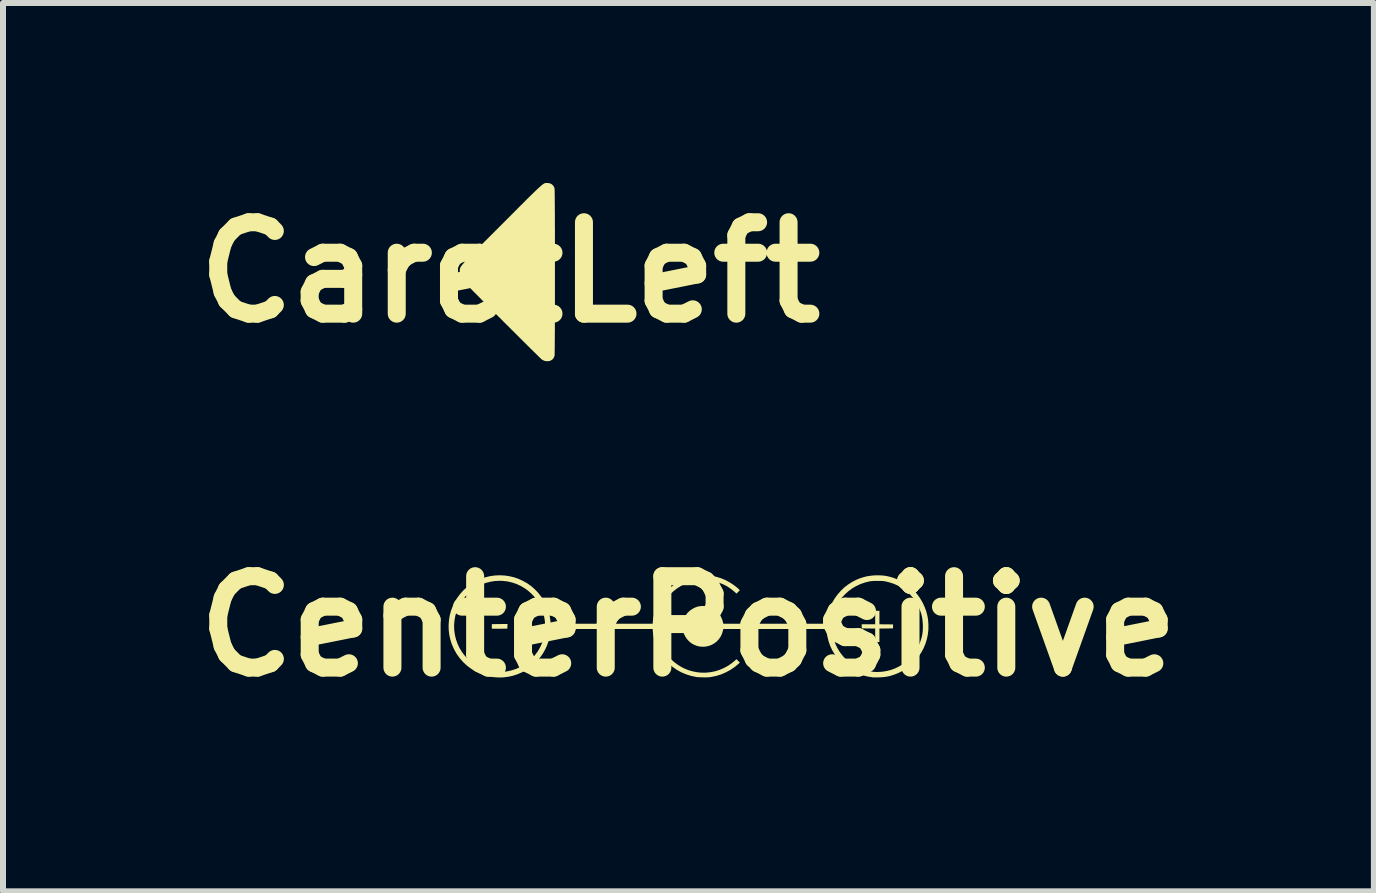
<source format=kicad_pcb>
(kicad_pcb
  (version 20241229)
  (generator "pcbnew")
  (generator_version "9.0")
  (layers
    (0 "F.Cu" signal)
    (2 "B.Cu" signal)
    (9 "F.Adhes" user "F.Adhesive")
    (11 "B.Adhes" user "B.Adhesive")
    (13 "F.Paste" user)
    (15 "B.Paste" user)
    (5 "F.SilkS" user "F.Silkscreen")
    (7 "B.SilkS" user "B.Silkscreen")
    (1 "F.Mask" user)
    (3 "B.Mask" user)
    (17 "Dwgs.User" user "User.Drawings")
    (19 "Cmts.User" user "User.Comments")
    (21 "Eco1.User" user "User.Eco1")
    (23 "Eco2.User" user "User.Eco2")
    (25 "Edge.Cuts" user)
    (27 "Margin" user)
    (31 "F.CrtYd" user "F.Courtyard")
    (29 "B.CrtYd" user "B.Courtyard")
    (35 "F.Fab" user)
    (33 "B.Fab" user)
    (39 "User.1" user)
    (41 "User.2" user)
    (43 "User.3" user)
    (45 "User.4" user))
  (footprint "CenterPositive"
    (layer "F.Cu")
    (at 8.426 7.389)
    (property "Reference" "CenterPositive" (at 0 0 0) (layer "F.SilkS") (effects (font (size 1.524 1.524) (thickness 0.3))))
    (attr board_only exclude_from_pos_files exclude_from_bom)
    (fp_poly (pts (xy -3.018 0.001) (xy -3.019 0.04) (xy -3.147 0.041) (xy -3.184 0.041) (xy -3.214 0.041) (xy -3.237 0.041) (xy -3.254 0.04) (xy -3.265 0.04) (xy -3.273 0.039) (xy -3.276 0.037) (xy -3.277 0.036) (xy -3.278 0.029) (xy -3.279 0.017) (xy -3.278 0.001) (xy -3.278 -0.002) (xy -3.277 -0.035) (xy -3.147 -0.037) (xy -3.016 -0.038)) (stroke (width 0) (type solid)) (fill yes) (layer "F.SilkS"))
    (fp_poly (pts (xy 3.183 -0.033) (xy 3.297 -0.032) (xy 3.41 -0.031) (xy 3.41 0.035) (xy 3.297 0.037) (xy 3.183 0.038) (xy 3.183 0.263) (xy 3.151 0.263) (xy 3.135 0.262) (xy 3.123 0.261) (xy 3.116 0.26) (xy 3.115 0.26) (xy 3.115 0.255) (xy 3.114 0.243) (xy 3.113 0.225) (xy 3.113 0.202) (xy 3.113 0.175) (xy 3.112 0.147) (xy 3.112 0.038) (xy 3.001 0.037) (xy 2.89 0.035) (xy 2.888 0.001) (xy 2.887 -0.033) (xy 3.112 -0.033) (xy 3.112 -0.258) (xy 3.183 -0.258)) (stroke (width 0) (type solid)) (fill yes) (layer "F.SilkS"))
    (fp_poly (pts (xy 3.249 -0.845) (xy 3.308 -0.836) (xy 3.367 -0.822) (xy 3.419 -0.806) (xy 3.497 -0.776) (xy 3.57 -0.739) (xy 3.639 -0.696) (xy 3.703 -0.646) (xy 3.762 -0.591) (xy 3.815 -0.53) (xy 3.862 -0.464) (xy 3.903 -0.394) (xy 3.937 -0.321) (xy 3.965 -0.243) (xy 3.985 -0.163) (xy 3.994 -0.107) (xy 4 -0.024) (xy 3.999 0.057) (xy 3.99 0.137) (xy 3.974 0.215) (xy 3.95 0.291) (xy 3.92 0.364) (xy 3.883 0.433) (xy 3.84 0.499) (xy 3.791 0.561) (xy 3.736 0.618) (xy 3.676 0.67) (xy 3.612 0.717) (xy 3.542 0.758) (xy 3.468 0.792) (xy 3.39 0.819) (xy 3.36 0.828) (xy 3.317 0.838) (xy 3.273 0.845) (xy 3.226 0.849) (xy 3.174 0.852) (xy 3.171 0.852) (xy 3.145 0.852) (xy 3.121 0.852) (xy 3.1 0.852) (xy 3.085 0.852) (xy 3.077 0.852) (xy 2.991 0.839) (xy 2.908 0.819) (xy 2.829 0.791) (xy 2.754 0.756) (xy 2.683 0.714) (xy 2.616 0.664) (xy 2.552 0.607) (xy 2.548 0.602) (xy 2.49 0.539) (xy 2.44 0.472) (xy 2.397 0.401) (xy 2.362 0.327) (xy 2.335 0.249) (xy 2.315 0.167) (xy 2.303 0.093) (xy 2.298 0.046) (xy 0.581 0.046) (xy 0.573 0.078) (xy 0.558 0.128) (xy 0.535 0.175) (xy 0.506 0.216) (xy 0.472 0.253) (xy 0.432 0.284) (xy 0.388 0.309) (xy 0.341 0.327) (xy 0.291 0.338) (xy 0.242 0.342) (xy 0.188 0.338) (xy 0.138 0.326) (xy 0.091 0.307) (xy 0.047 0.282) (xy 0.008 0.25) (xy -0.026 0.212) (xy -0.055 0.169) (xy -0.078 0.12) (xy -0.09 0.083) (xy -0.095 0.058) (xy -0.098 0.028) (xy -0.098 0.013) (xy 2.392 0.013) (xy 2.394 0.057) (xy 2.397 0.098) (xy 2.401 0.134) (xy 2.404 0.148) (xy 2.424 0.225) (xy 2.451 0.298) (xy 2.485 0.369) (xy 2.526 0.435) (xy 2.573 0.496) (xy 2.627 0.553) (xy 2.686 0.604) (xy 2.75 0.648) (xy 2.756 0.652) (xy 2.812 0.683) (xy 2.869 0.708) (xy 2.928 0.729) (xy 2.991 0.745) (xy 3.06 0.756) (xy 3.085 0.76) (xy 3.104 0.761) (xy 3.128 0.762) (xy 3.156 0.762) (xy 3.184 0.761) (xy 3.211 0.759) (xy 3.226 0.758) (xy 3.303 0.746) (xy 3.378 0.727) (xy 3.45 0.7) (xy 3.518 0.666) (xy 3.582 0.626) (xy 3.642 0.58) (xy 3.697 0.528) (xy 3.747 0.47) (xy 3.791 0.408) (xy 3.829 0.341) (xy 3.86 0.27) (xy 3.884 0.196) (xy 3.886 0.189) (xy 3.897 0.139) (xy 3.904 0.089) (xy 3.907 0.038) (xy 3.907 -0.017) (xy 3.907 -0.021) (xy 3.902 -0.091) (xy 3.893 -0.157) (xy 3.877 -0.219) (xy 3.855 -0.28) (xy 3.829 -0.338) (xy 3.789 -0.408) (xy 3.744 -0.472) (xy 3.692 -0.531) (xy 3.635 -0.583) (xy 3.573 -0.63) (xy 3.506 -0.67) (xy 3.434 -0.703) (xy 3.358 -0.729) (xy 3.278 -0.749) (xy 3.267 -0.751) (xy 3.247 -0.753) (xy 3.22 -0.755) (xy 3.189 -0.756) (xy 3.156 -0.756) (xy 3.121 -0.756) (xy 3.089 -0.755) (xy 3.059 -0.753) (xy 3.034 -0.751) (xy 3.023 -0.749) (xy 2.943 -0.73) (xy 2.868 -0.704) (xy 2.797 -0.671) (xy 2.73 -0.632) (xy 2.669 -0.587) (xy 2.612 -0.536) (xy 2.561 -0.48) (xy 2.516 -0.419) (xy 2.477 -0.353) (xy 2.445 -0.283) (xy 2.42 -0.208) (xy 2.402 -0.131) (xy 2.398 -0.104) (xy 2.394 -0.07) (xy 2.392 -0.03) (xy 2.392 0.013) (xy -0.098 0.013) (xy -0.098 -0.005) (xy -0.096 -0.038) (xy -0.092 -0.067) (xy -0.089 -0.084) (xy -0.07 -0.137) (xy -0.045 -0.183) (xy -0.014 -0.225) (xy 0.023 -0.26) (xy 0.067 -0.29) (xy 0.101 -0.308) (xy 0.138 -0.323) (xy 0.176 -0.333) (xy 0.216 -0.337) (xy 0.244 -0.338) (xy 0.286 -0.336) (xy 0.325 -0.329) (xy 0.364 -0.316) (xy 0.394 -0.302) (xy 0.438 -0.276) (xy 0.478 -0.243) (xy 0.512 -0.205) (xy 0.54 -0.162) (xy 0.561 -0.115) (xy 0.572 -0.078) (xy 0.581 -0.042) (xy 2.298 -0.042) (xy 2.303 -0.091) (xy 2.316 -0.172) (xy 2.336 -0.25) (xy 2.364 -0.326) (xy 2.399 -0.399) (xy 2.44 -0.468) (xy 2.488 -0.533) (xy 2.541 -0.593) (xy 2.6 -0.649) (xy 2.664 -0.698) (xy 2.732 -0.741) (xy 2.805 -0.778) (xy 2.858 -0.799) (xy 2.913 -0.817) (xy 2.966 -0.831) (xy 3.018 -0.84) (xy 3.073 -0.846) (xy 3.121 -0.849) (xy 3.187 -0.849)) (stroke (width 0) (type solid)) (fill yes) (layer "F.SilkS"))
    (fp_poly (pts (xy -3.064 -0.846) (xy -2.983 -0.834) (xy -2.904 -0.815) (xy -2.827 -0.788) (xy -2.755 -0.754) (xy -2.685 -0.714) (xy -2.62 -0.668) (xy -2.56 -0.615) (xy -2.505 -0.557) (xy -2.455 -0.493) (xy -2.411 -0.425) (xy -2.373 -0.352) (xy -2.342 -0.274) (xy -2.339 -0.265) (xy -2.326 -0.219) (xy -2.314 -0.172) (xy -2.306 -0.127) (xy -2.302 -0.096) (xy -2.3 -0.079) (xy -2.299 -0.064) (xy -2.298 -0.055) (xy -2.295 -0.042) (xy -0.597 -0.042) (xy -0.594 -0.078) (xy -0.588 -0.129) (xy -0.577 -0.184) (xy -0.562 -0.24) (xy -0.544 -0.295) (xy -0.524 -0.346) (xy -0.517 -0.362) (xy -0.484 -0.424) (xy -0.449 -0.48) (xy -0.409 -0.533) (xy -0.362 -0.585) (xy -0.357 -0.591) (xy -0.306 -0.639) (xy -0.256 -0.681) (xy -0.204 -0.718) (xy -0.147 -0.75) (xy -0.119 -0.765) (xy -0.052 -0.794) (xy 0.014 -0.817) (xy 0.08 -0.833) (xy 0.15 -0.844) (xy 0.224 -0.849) (xy 0.227 -0.849) (xy 0.31 -0.848) (xy 0.389 -0.84) (xy 0.466 -0.824) (xy 0.541 -0.801) (xy 0.615 -0.77) (xy 0.631 -0.762) (xy 0.672 -0.74) (xy 0.713 -0.715) (xy 0.752 -0.689) (xy 0.789 -0.661) (xy 0.821 -0.635) (xy 0.842 -0.615) (xy 0.856 -0.6) (xy 0.828 -0.572) (xy 0.801 -0.544) (xy 0.772 -0.571) (xy 0.711 -0.621) (xy 0.645 -0.665) (xy 0.575 -0.701) (xy 0.501 -0.73) (xy 0.423 -0.752) (xy 0.403 -0.757) (xy 0.365 -0.763) (xy 0.322 -0.767) (xy 0.276 -0.77) (xy 0.232 -0.77) (xy 0.19 -0.769) (xy 0.171 -0.767) (xy 0.092 -0.754) (xy 0.016 -0.733) (xy -0.056 -0.706) (xy -0.125 -0.672) (xy -0.189 -0.632) (xy -0.248 -0.586) (xy -0.302 -0.535) (xy -0.351 -0.479) (xy -0.395 -0.418) (xy -0.432 -0.353) (xy -0.463 -0.285) (xy -0.488 -0.213) (xy -0.505 -0.138) (xy -0.515 -0.061) (xy -0.518 0.018) (xy -0.516 0.052) (xy -0.507 0.131) (xy -0.49 0.207) (xy -0.466 0.281) (xy -0.434 0.352) (xy -0.396 0.419) (xy -0.351 0.482) (xy -0.3 0.54) (xy -0.244 0.593) (xy -0.181 0.64) (xy -0.114 0.681) (xy -0.081 0.698) (xy -0.008 0.729) (xy 0.066 0.751) (xy 0.142 0.766) (xy 0.218 0.774) (xy 0.295 0.773) (xy 0.371 0.765) (xy 0.446 0.75) (xy 0.519 0.727) (xy 0.591 0.696) (xy 0.659 0.659) (xy 0.724 0.614) (xy 0.77 0.576) (xy 0.801 0.549) (xy 0.828 0.577) (xy 0.856 0.605) (xy 0.834 0.626) (xy 0.77 0.679) (xy 0.701 0.726) (xy 0.628 0.766) (xy 0.551 0.8) (xy 0.47 0.826) (xy 0.385 0.844) (xy 0.373 0.846) (xy 0.351 0.849) (xy 0.323 0.851) (xy 0.291 0.852) (xy 0.256 0.852) (xy 0.221 0.851) (xy 0.187 0.85) (xy 0.156 0.848) (xy 0.131 0.846) (xy 0.123 0.844) (xy 0.038 0.826) (xy -0.043 0.8) (xy -0.12 0.767) (xy -0.193 0.727) (xy -0.261 0.68) (xy -0.324 0.627) (xy -0.382 0.568) (xy -0.435 0.503) (xy -0.479 0.437) (xy -0.51 0.378) (xy -0.538 0.315) (xy -0.561 0.249) (xy -0.579 0.182) (xy -0.59 0.117) (xy -0.594 0.082) (xy -0.597 0.046) (xy -2.295 0.046) (xy -2.298 0.059) (xy -2.299 0.071) (xy -2.301 0.087) (xy -2.302 0.102) (xy -2.309 0.151) (xy -2.321 0.204) (xy -2.336 0.258) (xy -2.356 0.313) (xy -2.377 0.364) (xy -2.384 0.377) (xy -2.423 0.449) (xy -2.47 0.517) (xy -2.522 0.579) (xy -2.579 0.635) (xy -2.641 0.686) (xy -2.707 0.73) (xy -2.778 0.769) (xy -2.851 0.8) (xy -2.927 0.825) (xy -3.006 0.842) (xy -3.086 0.852) (xy -3.167 0.854) (xy -3.249 0.848) (xy -3.25 0.848) (xy -3.333 0.833) (xy -3.413 0.811) (xy -3.49 0.782) (xy -3.563 0.745) (xy -3.632 0.702) (xy -3.697 0.652) (xy -3.757 0.596) (xy -3.811 0.534) (xy -3.86 0.467) (xy -3.902 0.394) (xy -3.914 0.37) (xy -3.947 0.294) (xy -3.971 0.216) (xy -3.988 0.137) (xy -3.997 0.057) (xy -3.998 -0.008) (xy -3.907 -0.008) (xy -3.904 0.069) (xy -3.893 0.145) (xy -3.875 0.22) (xy -3.849 0.293) (xy -3.816 0.363) (xy -3.776 0.429) (xy -3.74 0.477) (xy -3.688 0.536) (xy -3.63 0.589) (xy -3.567 0.635) (xy -3.499 0.675) (xy -3.428 0.707) (xy -3.353 0.733) (xy -3.275 0.751) (xy -3.229 0.758) (xy -3.207 0.76) (xy -3.18 0.761) (xy -3.148 0.761) (xy -3.115 0.76) (xy -3.082 0.758) (xy -3.052 0.756) (xy -3.028 0.753) (xy -3.025 0.752) (xy -2.948 0.735) (xy -2.874 0.711) (xy -2.803 0.679) (xy -2.735 0.64) (xy -2.672 0.594) (xy -2.614 0.543) (xy -2.562 0.485) (xy -2.515 0.423) (xy -2.511 0.417) (xy -2.472 0.349) (xy -2.44 0.278) (xy -2.416 0.206) (xy -2.4 0.133) (xy -2.391 0.059) (xy -2.389 -0.015) (xy -2.394 -0.089) (xy -2.406 -0.162) (xy -2.425 -0.233) (xy -2.451 -0.302) (xy -2.484 -0.368) (xy -2.524 -0.432) (xy -2.57 -0.492) (xy -2.622 -0.547) (xy -2.68 -0.598) (xy -2.725 -0.63) (xy -2.793 -0.671) (xy -2.864 -0.704) (xy -2.938 -0.729) (xy -3.015 -0.747) (xy -3.093 -0.756) (xy -3.148 -0.758) (xy -3.227 -0.754) (xy -3.303 -0.742) (xy -3.377 -0.723) (xy -3.448 -0.697) (xy -3.516 -0.664) (xy -3.58 -0.624) (xy -3.639 -0.578) (xy -3.694 -0.527) (xy -3.743 -0.47) (xy -3.787 -0.409) (xy -3.825 -0.342) (xy -3.856 -0.272) (xy -3.88 -0.197) (xy -3.889 -0.162) (xy -3.902 -0.085) (xy -3.907 -0.008) (xy -3.998 -0.008) (xy -3.998 -0.023) (xy -3.992 -0.103) (xy -3.979 -0.182) (xy -3.958 -0.259) (xy -3.93 -0.334) (xy -3.895 -0.407) (xy -3.853 -0.476) (xy -3.804 -0.541) (xy -3.748 -0.602) (xy -3.685 -0.659) (xy -3.618 -0.709) (xy -3.547 -0.751) (xy -3.472 -0.786) (xy -3.395 -0.814) (xy -3.314 -0.834) (xy -3.232 -0.846) (xy -3.148 -0.85)) (stroke (width 0) (type solid)) (fill yes) (layer "F.SilkS")))
  (footprint "CaretLeft"
    (layer "F.Cu")
    (at 5.45 1.489)
    (property "Reference" "CaretLeft" (at 0 0 0) (layer "F.SilkS") (effects (font (size 1.524 1.524) (thickness 0.3))))
    (attr board_only exclude_from_pos_files exclude_from_bom)
    (fp_poly (pts (xy 0.618 -1.489) (xy 0.623 -1.489) (xy 0.663 -1.484) (xy 0.695 -1.469) (xy 0.721 -1.446) (xy 0.739 -1.413) (xy 0.744 -1.398) (xy 0.744 -1.389) (xy 0.745 -1.37) (xy 0.746 -1.34) (xy 0.746 -1.3) (xy 0.747 -1.251) (xy 0.747 -1.193) (xy 0.748 -1.128) (xy 0.748 -1.055) (xy 0.749 -0.976) (xy 0.749 -0.89) (xy 0.749 -0.799) (xy 0.75 -0.704) (xy 0.75 -0.604) (xy 0.75 -0.501) (xy 0.75 -0.394) (xy 0.75 -0.286) (xy 0.75 -0.176) (xy 0.75 -0.065) (xy 0.75 0.047) (xy 0.75 0.158) (xy 0.75 0.268) (xy 0.75 0.377) (xy 0.75 0.483) (xy 0.75 0.587) (xy 0.75 0.687) (xy 0.749 0.783) (xy 0.749 0.875) (xy 0.749 0.961) (xy 0.748 1.041) (xy 0.748 1.114) (xy 0.747 1.181) (xy 0.747 1.239) (xy 0.746 1.289) (xy 0.746 1.33) (xy 0.745 1.361) (xy 0.745 1.382) (xy 0.744 1.392) (xy 0.744 1.392) (xy 0.729 1.428) (xy 0.706 1.455) (xy 0.676 1.473) (xy 0.641 1.482) (xy 0.627 1.482) (xy 0.604 1.481) (xy 0.582 1.477) (xy 0.574 1.475) (xy 0.554 1.466) (xy 0.534 1.455) (xy 0.533 1.455) (xy 0.526 1.449) (xy 0.512 1.436) (xy 0.491 1.415) (xy 0.462 1.387) (xy 0.428 1.353) (xy 0.387 1.313) (xy 0.34 1.267) (xy 0.289 1.216) (xy 0.233 1.161) (xy 0.173 1.101) (xy 0.109 1.037) (xy 0.042 0.97) (xy -0.028 0.9) (xy -0.101 0.828) (xy -0.147 0.781) (xy -0.236 0.693) (xy -0.316 0.612) (xy -0.389 0.539) (xy -0.455 0.473) (xy -0.514 0.413) (xy -0.567 0.36) (xy -0.614 0.313) (xy -0.655 0.271) (xy -0.69 0.234) (xy -0.721 0.202) (xy -0.747 0.174) (xy -0.769 0.15) (xy -0.787 0.129) (xy -0.802 0.111) (xy -0.813 0.095) (xy -0.822 0.082) (xy -0.828 0.07) (xy -0.832 0.06) (xy -0.835 0.05) (xy -0.836 0.041) (xy -0.836 0.032) (xy -0.836 0.022) (xy -0.835 0.012) (xy -0.835 0.000459) (xy -0.835 -0.003) (xy -0.835 -0.015) (xy -0.836 -0.025) (xy -0.836 -0.035) (xy -0.836 -0.044) (xy -0.835 -0.053) (xy -0.833 -0.063) (xy -0.829 -0.073) (xy -0.824 -0.084) (xy -0.816 -0.097) (xy -0.805 -0.112) (xy -0.792 -0.129) (xy -0.775 -0.149) (xy -0.754 -0.173) (xy -0.729 -0.199) (xy -0.7 -0.23) (xy -0.665 -0.266) (xy -0.626 -0.306) (xy -0.581 -0.352) (xy -0.53 -0.403) (xy -0.473 -0.461) (xy -0.409 -0.525) (xy -0.338 -0.596) (xy -0.26 -0.674) (xy -0.174 -0.76) (xy -0.144 -0.79) (xy -0.055 -0.879) (xy 0.026 -0.96) (xy 0.1 -1.034) (xy 0.166 -1.101) (xy 0.226 -1.16) (xy 0.279 -1.214) (xy 0.327 -1.261) (xy 0.369 -1.302) (xy 0.406 -1.338) (xy 0.439 -1.37) (xy 0.467 -1.396) (xy 0.491 -1.418) (xy 0.512 -1.437) (xy 0.53 -1.452) (xy 0.545 -1.464) (xy 0.558 -1.473) (xy 0.569 -1.479) (xy 0.578 -1.484) (xy 0.587 -1.487) (xy 0.595 -1.488) (xy 0.602 -1.489) (xy 0.61 -1.489)) (stroke (width 0) (type solid)) (fill yes) (layer "F.SilkS")))
  (gr_rect
    (start -3 -3)
    (end 19.851 11.807)
    (stroke (width 0.1) (type default))
    (fill no)
    (layer "Edge.Cuts")))
</source>
